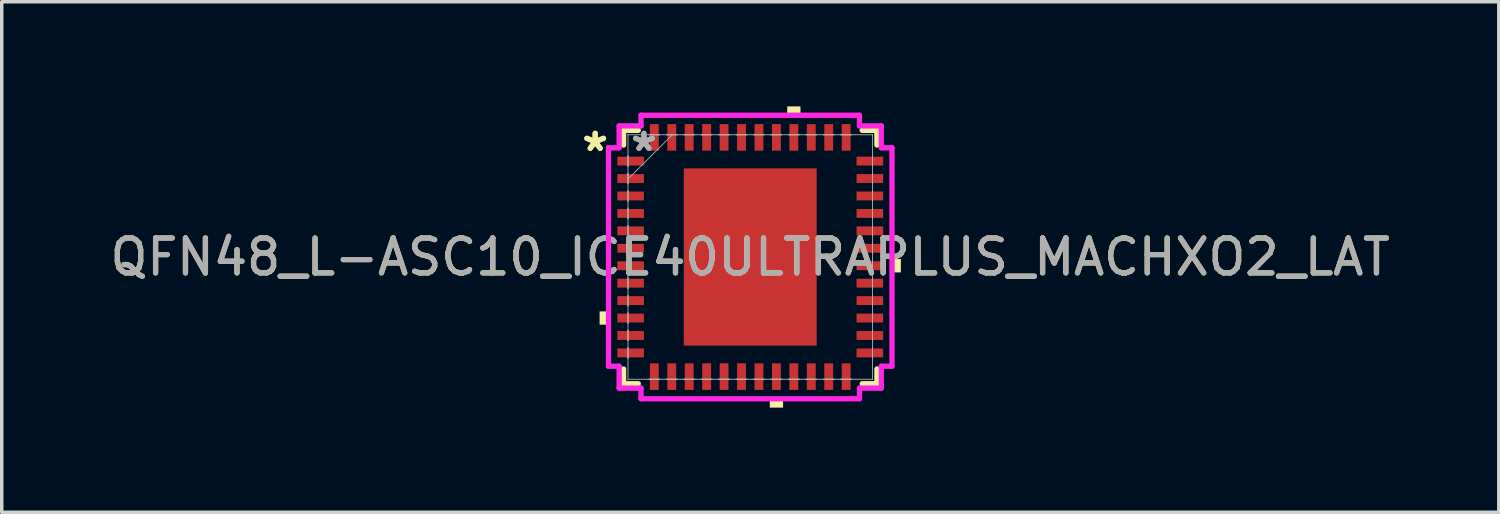
<source format=kicad_pcb>
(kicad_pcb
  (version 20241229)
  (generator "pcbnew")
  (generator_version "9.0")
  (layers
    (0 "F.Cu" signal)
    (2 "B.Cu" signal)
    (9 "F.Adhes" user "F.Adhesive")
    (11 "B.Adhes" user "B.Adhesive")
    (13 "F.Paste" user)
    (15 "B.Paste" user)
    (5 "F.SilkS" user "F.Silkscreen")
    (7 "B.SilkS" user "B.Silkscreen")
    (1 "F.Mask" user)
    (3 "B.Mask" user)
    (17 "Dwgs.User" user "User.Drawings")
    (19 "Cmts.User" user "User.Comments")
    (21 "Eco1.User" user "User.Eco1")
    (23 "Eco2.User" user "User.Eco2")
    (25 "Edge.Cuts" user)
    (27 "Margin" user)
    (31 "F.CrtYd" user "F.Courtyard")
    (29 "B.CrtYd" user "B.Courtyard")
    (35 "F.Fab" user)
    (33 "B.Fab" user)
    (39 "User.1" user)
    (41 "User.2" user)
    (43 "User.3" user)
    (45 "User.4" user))
  (footprint "QFN48_L-ASC10_ICE40ULTRAPLUS_MACHXO2_LAT"
    (layer "F.Cu")
    (at 18.458 4.318)
    (property "Reference" "QFN48_L-ASC10_ICE40ULTRAPLUS_MACHXO2_LAT" (at 0 0 0) (unlocked yes) (layer "F.SilkS") (effects (font (size 1 1) (thickness 0.15))))
    (attr smd)
    (fp_line (start -3.632 -3.632) (end -3.632 -3.21) (stroke (width 0.152) (type solid)) (layer "F.SilkS"))
    (fp_line (start -3.632 3.21) (end -3.632 3.632) (stroke (width 0.152) (type solid)) (layer "F.SilkS"))
    (fp_line (start -3.632 3.632) (end -3.21 3.632) (stroke (width 0.152) (type solid)) (layer "F.SilkS"))
    (fp_line (start -3.21 -3.632) (end -3.632 -3.632) (stroke (width 0.152) (type solid)) (layer "F.SilkS"))
    (fp_line (start 3.21 3.632) (end 3.632 3.632) (stroke (width 0.152) (type solid)) (layer "F.SilkS"))
    (fp_line (start 3.632 -3.632) (end 3.21 -3.632) (stroke (width 0.152) (type solid)) (layer "F.SilkS"))
    (fp_line (start 3.632 -3.21) (end 3.632 -3.632) (stroke (width 0.152) (type solid)) (layer "F.SilkS"))
    (fp_line (start 3.632 3.632) (end 3.632 3.21) (stroke (width 0.152) (type solid)) (layer "F.SilkS"))
    (fp_poly (pts (xy -4.318 1.559) (xy -4.318 1.94) (xy -4.064 1.94) (xy -4.064 1.559)) (stroke (width 0) (type solid)) (fill yes) (layer "F.SilkS"))
    (fp_poly (pts (xy 0.56 4.064) (xy 0.56 4.318) (xy 0.941 4.318) (xy 0.941 4.064)) (stroke (width 0) (type solid)) (fill yes) (layer "F.SilkS"))
    (fp_poly (pts (xy 1.06 -4.064) (xy 1.06 -4.318) (xy 1.44 -4.318) (xy 1.44 -4.064)) (stroke (width 0) (type solid)) (fill yes) (layer "F.SilkS"))
    (fp_poly (pts (xy 4.318 0.059) (xy 4.318 0.441) (xy 4.064 0.441) (xy 4.064 0.059)) (stroke (width 0) (type solid)) (fill yes) (layer "F.SilkS"))
    (fp_poly (pts (xy -1.805 -2.44) (xy -1.805 -1.37) (xy -0.735 -1.37) (xy -0.735 -2.44)) (stroke (width 0) (type solid)) (fill yes) (layer "F.Paste"))
    (fp_poly (pts (xy -1.805 -1.17) (xy -1.805 -0.1) (xy -0.735 -0.1) (xy -0.735 -1.17)) (stroke (width 0) (type solid)) (fill yes) (layer "F.Paste"))
    (fp_poly (pts (xy -1.805 0.1) (xy -1.805 1.17) (xy -0.735 1.17) (xy -0.735 0.1)) (stroke (width 0) (type solid)) (fill yes) (layer "F.Paste"))
    (fp_poly (pts (xy -1.805 1.37) (xy -1.805 2.44) (xy -0.735 2.44) (xy -0.735 1.37)) (stroke (width 0) (type solid)) (fill yes) (layer "F.Paste"))
    (fp_poly (pts (xy -0.535 -2.44) (xy -0.535 -1.37) (xy 0.535 -1.37) (xy 0.535 -2.44)) (stroke (width 0) (type solid)) (fill yes) (layer "F.Paste"))
    (fp_poly (pts (xy -0.535 -1.17) (xy -0.535 -0.1) (xy 0.535 -0.1) (xy 0.535 -1.17)) (stroke (width 0) (type solid)) (fill yes) (layer "F.Paste"))
    (fp_poly (pts (xy -0.535 0.1) (xy -0.535 1.17) (xy 0.535 1.17) (xy 0.535 0.1)) (stroke (width 0) (type solid)) (fill yes) (layer "F.Paste"))
    (fp_poly (pts (xy -0.535 1.37) (xy -0.535 2.44) (xy 0.535 2.44) (xy 0.535 1.37)) (stroke (width 0) (type solid)) (fill yes) (layer "F.Paste"))
    (fp_poly (pts (xy 0.735 -2.44) (xy 0.735 -1.37) (xy 1.805 -1.37) (xy 1.805 -2.44)) (stroke (width 0) (type solid)) (fill yes) (layer "F.Paste"))
    (fp_poly (pts (xy 0.735 -1.17) (xy 0.735 -0.1) (xy 1.805 -0.1) (xy 1.805 -1.17)) (stroke (width 0) (type solid)) (fill yes) (layer "F.Paste"))
    (fp_poly (pts (xy 0.735 0.1) (xy 0.735 1.17) (xy 1.805 1.17) (xy 1.805 0.1)) (stroke (width 0) (type solid)) (fill yes) (layer "F.Paste"))
    (fp_poly (pts (xy 0.735 1.37) (xy 0.735 2.44) (xy 1.805 2.44) (xy 1.805 1.37)) (stroke (width 0) (type solid)) (fill yes) (layer "F.Paste"))
    (fp_line (start -4.064 -3.131) (end -3.759 -3.131) (stroke (width 0.152) (type solid)) (layer "F.CrtYd"))
    (fp_line (start -4.064 3.131) (end -4.064 -3.131) (stroke (width 0.152) (type solid)) (layer "F.CrtYd"))
    (fp_line (start -3.759 -3.759) (end -3.131 -3.759) (stroke (width 0.152) (type solid)) (layer "F.CrtYd"))
    (fp_line (start -3.759 -3.131) (end -3.759 -3.759) (stroke (width 0.152) (type solid)) (layer "F.CrtYd"))
    (fp_line (start -3.759 3.131) (end -4.064 3.131) (stroke (width 0.152) (type solid)) (layer "F.CrtYd"))
    (fp_line (start -3.759 3.759) (end -3.759 3.131) (stroke (width 0.152) (type solid)) (layer "F.CrtYd"))
    (fp_line (start -3.131 -4.064) (end 3.131 -4.064) (stroke (width 0.152) (type solid)) (layer "F.CrtYd"))
    (fp_line (start -3.131 -3.759) (end -3.131 -4.064) (stroke (width 0.152) (type solid)) (layer "F.CrtYd"))
    (fp_line (start -3.131 3.759) (end -3.759 3.759) (stroke (width 0.152) (type solid)) (layer "F.CrtYd"))
    (fp_line (start -3.131 4.064) (end -3.131 3.759) (stroke (width 0.152) (type solid)) (layer "F.CrtYd"))
    (fp_line (start 3.131 -4.064) (end 3.131 -3.759) (stroke (width 0.152) (type solid)) (layer "F.CrtYd"))
    (fp_line (start 3.131 -3.759) (end 3.759 -3.759) (stroke (width 0.152) (type solid)) (layer "F.CrtYd"))
    (fp_line (start 3.131 3.759) (end 3.131 4.064) (stroke (width 0.152) (type solid)) (layer "F.CrtYd"))
    (fp_line (start 3.131 4.064) (end -3.131 4.064) (stroke (width 0.152) (type solid)) (layer "F.CrtYd"))
    (fp_line (start 3.759 -3.759) (end 3.759 -3.131) (stroke (width 0.152) (type solid)) (layer "F.CrtYd"))
    (fp_line (start 3.759 -3.131) (end 4.064 -3.131) (stroke (width 0.152) (type solid)) (layer "F.CrtYd"))
    (fp_line (start 3.759 3.131) (end 3.759 3.759) (stroke (width 0.152) (type solid)) (layer "F.CrtYd"))
    (fp_line (start 3.759 3.759) (end 3.131 3.759) (stroke (width 0.152) (type solid)) (layer "F.CrtYd"))
    (fp_line (start 4.064 -3.131) (end 4.064 3.131) (stroke (width 0.152) (type solid)) (layer "F.CrtYd"))
    (fp_line (start 4.064 3.131) (end 3.759 3.131) (stroke (width 0.152) (type solid)) (layer "F.CrtYd"))
    (fp_line (start -3.505 -3.505) (end -3.505 -3.505) (stroke (width 0.025) (type solid)) (layer "F.Fab"))
    (fp_line (start -3.505 -3.505) (end -3.505 3.505) (stroke (width 0.025) (type solid)) (layer "F.Fab"))
    (fp_line (start -3.505 -2.902) (end -3.505 -2.902) (stroke (width 0.025) (type solid)) (layer "F.Fab"))
    (fp_line (start -3.505 -2.902) (end -3.505 -2.598) (stroke (width 0.025) (type solid)) (layer "F.Fab"))
    (fp_line (start -3.505 -2.598) (end -3.505 -2.902) (stroke (width 0.025) (type solid)) (layer "F.Fab"))
    (fp_line (start -3.505 -2.598) (end -3.505 -2.598) (stroke (width 0.025) (type solid)) (layer "F.Fab"))
    (fp_line (start -3.505 -2.402) (end -3.505 -2.402) (stroke (width 0.025) (type solid)) (layer "F.Fab"))
    (fp_line (start -3.505 -2.402) (end -3.505 -2.098) (stroke (width 0.025) (type solid)) (layer "F.Fab"))
    (fp_line (start -3.505 -2.235) (end -2.235 -3.505) (stroke (width 0.025) (type solid)) (layer "F.Fab"))
    (fp_line (start -3.505 -2.098) (end -3.505 -2.402) (stroke (width 0.025) (type solid)) (layer "F.Fab"))
    (fp_line (start -3.505 -2.098) (end -3.505 -2.098) (stroke (width 0.025) (type solid)) (layer "F.Fab"))
    (fp_line (start -3.505 -1.902) (end -3.505 -1.902) (stroke (width 0.025) (type solid)) (layer "F.Fab"))
    (fp_line (start -3.505 -1.902) (end -3.505 -1.598) (stroke (width 0.025) (type solid)) (layer "F.Fab"))
    (fp_line (start -3.505 -1.598) (end -3.505 -1.902) (stroke (width 0.025) (type solid)) (layer "F.Fab"))
    (fp_line (start -3.505 -1.598) (end -3.505 -1.598) (stroke (width 0.025) (type solid)) (layer "F.Fab"))
    (fp_line (start -3.505 -1.402) (end -3.505 -1.402) (stroke (width 0.025) (type solid)) (layer "F.Fab"))
    (fp_line (start -3.505 -1.402) (end -3.505 -1.098) (stroke (width 0.025) (type solid)) (layer "F.Fab"))
    (fp_line (start -3.505 -1.098) (end -3.505 -1.402) (stroke (width 0.025) (type solid)) (layer "F.Fab"))
    (fp_line (start -3.505 -1.098) (end -3.505 -1.098) (stroke (width 0.025) (type solid)) (layer "F.Fab"))
    (fp_line (start -3.505 -0.902) (end -3.505 -0.902) (stroke (width 0.025) (type solid)) (layer "F.Fab"))
    (fp_line (start -3.505 -0.902) (end -3.505 -0.598) (stroke (width 0.025) (type solid)) (layer "F.Fab"))
    (fp_line (start -3.505 -0.598) (end -3.505 -0.902) (stroke (width 0.025) (type solid)) (layer "F.Fab"))
    (fp_line (start -3.505 -0.598) (end -3.505 -0.598) (stroke (width 0.025) (type solid)) (layer "F.Fab"))
    (fp_line (start -3.505 -0.402) (end -3.505 -0.402) (stroke (width 0.025) (type solid)) (layer "F.Fab"))
    (fp_line (start -3.505 -0.402) (end -3.505 -0.098) (stroke (width 0.025) (type solid)) (layer "F.Fab"))
    (fp_line (start -3.505 -0.098) (end -3.505 -0.402) (stroke (width 0.025) (type solid)) (layer "F.Fab"))
    (fp_line (start -3.505 -0.098) (end -3.505 -0.098) (stroke (width 0.025) (type solid)) (layer "F.Fab"))
    (fp_line (start -3.505 0.098) (end -3.505 0.098) (stroke (width 0.025) (type solid)) (layer "F.Fab"))
    (fp_line (start -3.505 0.098) (end -3.505 0.402) (stroke (width 0.025) (type solid)) (layer "F.Fab"))
    (fp_line (start -3.505 0.402) (end -3.505 0.098) (stroke (width 0.025) (type solid)) (layer "F.Fab"))
    (fp_line (start -3.505 0.402) (end -3.505 0.402) (stroke (width 0.025) (type solid)) (layer "F.Fab"))
    (fp_line (start -3.505 0.598) (end -3.505 0.598) (stroke (width 0.025) (type solid)) (layer "F.Fab"))
    (fp_line (start -3.505 0.598) (end -3.505 0.902) (stroke (width 0.025) (type solid)) (layer "F.Fab"))
    (fp_line (start -3.505 0.902) (end -3.505 0.598) (stroke (width 0.025) (type solid)) (layer "F.Fab"))
    (fp_line (start -3.505 0.902) (end -3.505 0.902) (stroke (width 0.025) (type solid)) (layer "F.Fab"))
    (fp_line (start -3.505 1.098) (end -3.505 1.098) (stroke (width 0.025) (type solid)) (layer "F.Fab"))
    (fp_line (start -3.505 1.098) (end -3.505 1.402) (stroke (width 0.025) (type solid)) (layer "F.Fab"))
    (fp_line (start -3.505 1.402) (end -3.505 1.098) (stroke (width 0.025) (type solid)) (layer "F.Fab"))
    (fp_line (start -3.505 1.402) (end -3.505 1.402) (stroke (width 0.025) (type solid)) (layer "F.Fab"))
    (fp_line (start -3.505 1.598) (end -3.505 1.598) (stroke (width 0.025) (type solid)) (layer "F.Fab"))
    (fp_line (start -3.505 1.598) (end -3.505 1.902) (stroke (width 0.025) (type solid)) (layer "F.Fab"))
    (fp_line (start -3.505 1.902) (end -3.505 1.598) (stroke (width 0.025) (type solid)) (layer "F.Fab"))
    (fp_line (start -3.505 1.902) (end -3.505 1.902) (stroke (width 0.025) (type solid)) (layer "F.Fab"))
    (fp_line (start -3.505 2.098) (end -3.505 2.098) (stroke (width 0.025) (type solid)) (layer "F.Fab"))
    (fp_line (start -3.505 2.098) (end -3.505 2.402) (stroke (width 0.025) (type solid)) (layer "F.Fab"))
    (fp_line (start -3.505 2.402) (end -3.505 2.098) (stroke (width 0.025) (type solid)) (layer "F.Fab"))
    (fp_line (start -3.505 2.402) (end -3.505 2.402) (stroke (width 0.025) (type solid)) (layer "F.Fab"))
    (fp_line (start -3.505 2.598) (end -3.505 2.598) (stroke (width 0.025) (type solid)) (layer "F.Fab"))
    (fp_line (start -3.505 2.598) (end -3.505 2.902) (stroke (width 0.025) (type solid)) (layer "F.Fab"))
    (fp_line (start -3.505 2.902) (end -3.505 2.598) (stroke (width 0.025) (type solid)) (layer "F.Fab"))
    (fp_line (start -3.505 2.902) (end -3.505 2.902) (stroke (width 0.025) (type solid)) (layer "F.Fab"))
    (fp_line (start -3.505 3.505) (end -3.505 3.505) (stroke (width 0.025) (type solid)) (layer "F.Fab"))
    (fp_line (start -3.505 3.505) (end 3.505 3.505) (stroke (width 0.025) (type solid)) (layer "F.Fab"))
    (fp_line (start -2.902 -3.505) (end -2.902 -3.505) (stroke (width 0.025) (type solid)) (layer "F.Fab"))
    (fp_line (start -2.902 -3.505) (end -2.598 -3.505) (stroke (width 0.025) (type solid)) (layer "F.Fab"))
    (fp_line (start -2.902 3.505) (end -2.902 3.505) (stroke (width 0.025) (type solid)) (layer "F.Fab"))
    (fp_line (start -2.902 3.505) (end -2.598 3.505) (stroke (width 0.025) (type solid)) (layer "F.Fab"))
    (fp_line (start -2.598 -3.505) (end -2.902 -3.505) (stroke (width 0.025) (type solid)) (layer "F.Fab"))
    (fp_line (start -2.598 -3.505) (end -2.598 -3.505) (stroke (width 0.025) (type solid)) (layer "F.Fab"))
    (fp_line (start -2.598 3.505) (end -2.902 3.505) (stroke (width 0.025) (type solid)) (layer "F.Fab"))
    (fp_line (start -2.598 3.505) (end -2.598 3.505) (stroke (width 0.025) (type solid)) (layer "F.Fab"))
    (fp_line (start -2.402 -3.505) (end -2.402 -3.505) (stroke (width 0.025) (type solid)) (layer "F.Fab"))
    (fp_line (start -2.402 -3.505) (end -2.098 -3.505) (stroke (width 0.025) (type solid)) (layer "F.Fab"))
    (fp_line (start -2.402 3.505) (end -2.402 3.505) (stroke (width 0.025) (type solid)) (layer "F.Fab"))
    (fp_line (start -2.402 3.505) (end -2.098 3.505) (stroke (width 0.025) (type solid)) (layer "F.Fab"))
    (fp_line (start -2.098 -3.505) (end -2.402 -3.505) (stroke (width 0.025) (type solid)) (layer "F.Fab"))
    (fp_line (start -2.098 -3.505) (end -2.098 -3.505) (stroke (width 0.025) (type solid)) (layer "F.Fab"))
    (fp_line (start -2.098 3.505) (end -2.402 3.505) (stroke (width 0.025) (type solid)) (layer "F.Fab"))
    (fp_line (start -2.098 3.505) (end -2.098 3.505) (stroke (width 0.025) (type solid)) (layer "F.Fab"))
    (fp_line (start -1.902 -3.505) (end -1.902 -3.505) (stroke (width 0.025) (type solid)) (layer "F.Fab"))
    (fp_line (start -1.902 -3.505) (end -1.598 -3.505) (stroke (width 0.025) (type solid)) (layer "F.Fab"))
    (fp_line (start -1.902 3.505) (end -1.902 3.505) (stroke (width 0.025) (type solid)) (layer "F.Fab"))
    (fp_line (start -1.902 3.505) (end -1.598 3.505) (stroke (width 0.025) (type solid)) (layer "F.Fab"))
    (fp_line (start -1.598 -3.505) (end -1.902 -3.505) (stroke (width 0.025) (type solid)) (layer "F.Fab"))
    (fp_line (start -1.598 -3.505) (end -1.598 -3.505) (stroke (width 0.025) (type solid)) (layer "F.Fab"))
    (fp_line (start -1.598 3.505) (end -1.902 3.505) (stroke (width 0.025) (type solid)) (layer "F.Fab"))
    (fp_line (start -1.598 3.505) (end -1.598 3.505) (stroke (width 0.025) (type solid)) (layer "F.Fab"))
    (fp_line (start -1.402 -3.505) (end -1.402 -3.505) (stroke (width 0.025) (type solid)) (layer "F.Fab"))
    (fp_line (start -1.402 -3.505) (end -1.098 -3.505) (stroke (width 0.025) (type solid)) (layer "F.Fab"))
    (fp_line (start -1.402 3.505) (end -1.402 3.505) (stroke (width 0.025) (type solid)) (layer "F.Fab"))
    (fp_line (start -1.402 3.505) (end -1.098 3.505) (stroke (width 0.025) (type solid)) (layer "F.Fab"))
    (fp_line (start -1.098 -3.505) (end -1.402 -3.505) (stroke (width 0.025) (type solid)) (layer "F.Fab"))
    (fp_line (start -1.098 -3.505) (end -1.098 -3.505) (stroke (width 0.025) (type solid)) (layer "F.Fab"))
    (fp_line (start -1.098 3.505) (end -1.402 3.505) (stroke (width 0.025) (type solid)) (layer "F.Fab"))
    (fp_line (start -1.098 3.505) (end -1.098 3.505) (stroke (width 0.025) (type solid)) (layer "F.Fab"))
    (fp_line (start -0.902 -3.505) (end -0.902 -3.505) (stroke (width 0.025) (type solid)) (layer "F.Fab"))
    (fp_line (start -0.902 -3.505) (end -0.598 -3.505) (stroke (width 0.025) (type solid)) (layer "F.Fab"))
    (fp_line (start -0.902 3.505) (end -0.902 3.505) (stroke (width 0.025) (type solid)) (layer "F.Fab"))
    (fp_line (start -0.902 3.505) (end -0.598 3.505) (stroke (width 0.025) (type solid)) (layer "F.Fab"))
    (fp_line (start -0.598 -3.505) (end -0.902 -3.505) (stroke (width 0.025) (type solid)) (layer "F.Fab"))
    (fp_line (start -0.598 -3.505) (end -0.598 -3.505) (stroke (width 0.025) (type solid)) (layer "F.Fab"))
    (fp_line (start -0.598 3.505) (end -0.902 3.505) (stroke (width 0.025) (type solid)) (layer "F.Fab"))
    (fp_line (start -0.598 3.505) (end -0.598 3.505) (stroke (width 0.025) (type solid)) (layer "F.Fab"))
    (fp_line (start -0.402 -3.505) (end -0.402 -3.505) (stroke (width 0.025) (type solid)) (layer "F.Fab"))
    (fp_line (start -0.402 -3.505) (end -0.098 -3.505) (stroke (width 0.025) (type solid)) (layer "F.Fab"))
    (fp_line (start -0.402 3.505) (end -0.402 3.505) (stroke (width 0.025) (type solid)) (layer "F.Fab"))
    (fp_line (start -0.402 3.505) (end -0.098 3.505) (stroke (width 0.025) (type solid)) (layer "F.Fab"))
    (fp_line (start -0.098 -3.505) (end -0.402 -3.505) (stroke (width 0.025) (type solid)) (layer "F.Fab"))
    (fp_line (start -0.098 -3.505) (end -0.098 -3.505) (stroke (width 0.025) (type solid)) (layer "F.Fab"))
    (fp_line (start -0.098 3.505) (end -0.402 3.505) (stroke (width 0.025) (type solid)) (layer "F.Fab"))
    (fp_line (start -0.098 3.505) (end -0.098 3.505) (stroke (width 0.025) (type solid)) (layer "F.Fab"))
    (fp_line (start 0.098 -3.505) (end 0.098 -3.505) (stroke (width 0.025) (type solid)) (layer "F.Fab"))
    (fp_line (start 0.098 -3.505) (end 0.402 -3.505) (stroke (width 0.025) (type solid)) (layer "F.Fab"))
    (fp_line (start 0.098 3.505) (end 0.098 3.505) (stroke (width 0.025) (type solid)) (layer "F.Fab"))
    (fp_line (start 0.098 3.505) (end 0.402 3.505) (stroke (width 0.025) (type solid)) (layer "F.Fab"))
    (fp_line (start 0.402 -3.505) (end 0.098 -3.505) (stroke (width 0.025) (type solid)) (layer "F.Fab"))
    (fp_line (start 0.402 -3.505) (end 0.402 -3.505) (stroke (width 0.025) (type solid)) (layer "F.Fab"))
    (fp_line (start 0.402 3.505) (end 0.098 3.505) (stroke (width 0.025) (type solid)) (layer "F.Fab"))
    (fp_line (start 0.402 3.505) (end 0.402 3.505) (stroke (width 0.025) (type solid)) (layer "F.Fab"))
    (fp_line (start 0.598 -3.505) (end 0.598 -3.505) (stroke (width 0.025) (type solid)) (layer "F.Fab"))
    (fp_line (start 0.598 -3.505) (end 0.902 -3.505) (stroke (width 0.025) (type solid)) (layer "F.Fab"))
    (fp_line (start 0.598 3.505) (end 0.598 3.505) (stroke (width 0.025) (type solid)) (layer "F.Fab"))
    (fp_line (start 0.598 3.505) (end 0.902 3.505) (stroke (width 0.025) (type solid)) (layer "F.Fab"))
    (fp_line (start 0.902 -3.505) (end 0.598 -3.505) (stroke (width 0.025) (type solid)) (layer "F.Fab"))
    (fp_line (start 0.902 -3.505) (end 0.902 -3.505) (stroke (width 0.025) (type solid)) (layer "F.Fab"))
    (fp_line (start 0.902 3.505) (end 0.598 3.505) (stroke (width 0.025) (type solid)) (layer "F.Fab"))
    (fp_line (start 0.902 3.505) (end 0.902 3.505) (stroke (width 0.025) (type solid)) (layer "F.Fab"))
    (fp_line (start 1.098 -3.505) (end 1.098 -3.505) (stroke (width 0.025) (type solid)) (layer "F.Fab"))
    (fp_line (start 1.098 -3.505) (end 1.402 -3.505) (stroke (width 0.025) (type solid)) (layer "F.Fab"))
    (fp_line (start 1.098 3.505) (end 1.098 3.505) (stroke (width 0.025) (type solid)) (layer "F.Fab"))
    (fp_line (start 1.098 3.505) (end 1.402 3.505) (stroke (width 0.025) (type solid)) (layer "F.Fab"))
    (fp_line (start 1.402 -3.505) (end 1.098 -3.505) (stroke (width 0.025) (type solid)) (layer "F.Fab"))
    (fp_line (start 1.402 -3.505) (end 1.402 -3.505) (stroke (width 0.025) (type solid)) (layer "F.Fab"))
    (fp_line (start 1.402 3.505) (end 1.098 3.505) (stroke (width 0.025) (type solid)) (layer "F.Fab"))
    (fp_line (start 1.402 3.505) (end 1.402 3.505) (stroke (width 0.025) (type solid)) (layer "F.Fab"))
    (fp_line (start 1.598 -3.505) (end 1.598 -3.505) (stroke (width 0.025) (type solid)) (layer "F.Fab"))
    (fp_line (start 1.598 -3.505) (end 1.902 -3.505) (stroke (width 0.025) (type solid)) (layer "F.Fab"))
    (fp_line (start 1.598 3.505) (end 1.598 3.505) (stroke (width 0.025) (type solid)) (layer "F.Fab"))
    (fp_line (start 1.598 3.505) (end 1.902 3.505) (stroke (width 0.025) (type solid)) (layer "F.Fab"))
    (fp_line (start 1.902 -3.505) (end 1.598 -3.505) (stroke (width 0.025) (type solid)) (layer "F.Fab"))
    (fp_line (start 1.902 -3.505) (end 1.902 -3.505) (stroke (width 0.025) (type solid)) (layer "F.Fab"))
    (fp_line (start 1.902 3.505) (end 1.598 3.505) (stroke (width 0.025) (type solid)) (layer "F.Fab"))
    (fp_line (start 1.902 3.505) (end 1.902 3.505) (stroke (width 0.025) (type solid)) (layer "F.Fab"))
    (fp_line (start 2.098 -3.505) (end 2.098 -3.505) (stroke (width 0.025) (type solid)) (layer "F.Fab"))
    (fp_line (start 2.098 -3.505) (end 2.402 -3.505) (stroke (width 0.025) (type solid)) (layer "F.Fab"))
    (fp_line (start 2.098 3.505) (end 2.098 3.505) (stroke (width 0.025) (type solid)) (layer "F.Fab"))
    (fp_line (start 2.098 3.505) (end 2.402 3.505) (stroke (width 0.025) (type solid)) (layer "F.Fab"))
    (fp_line (start 2.402 -3.505) (end 2.098 -3.505) (stroke (width 0.025) (type solid)) (layer "F.Fab"))
    (fp_line (start 2.402 -3.505) (end 2.402 -3.505) (stroke (width 0.025) (type solid)) (layer "F.Fab"))
    (fp_line (start 2.402 3.505) (end 2.098 3.505) (stroke (width 0.025) (type solid)) (layer "F.Fab"))
    (fp_line (start 2.402 3.505) (end 2.402 3.505) (stroke (width 0.025) (type solid)) (layer "F.Fab"))
    (fp_line (start 2.598 -3.505) (end 2.598 -3.505) (stroke (width 0.025) (type solid)) (layer "F.Fab"))
    (fp_line (start 2.598 -3.505) (end 2.902 -3.505) (stroke (width 0.025) (type solid)) (layer "F.Fab"))
    (fp_line (start 2.598 3.505) (end 2.598 3.505) (stroke (width 0.025) (type solid)) (layer "F.Fab"))
    (fp_line (start 2.598 3.505) (end 2.902 3.505) (stroke (width 0.025) (type solid)) (layer "F.Fab"))
    (fp_line (start 2.902 -3.505) (end 2.598 -3.505) (stroke (width 0.025) (type solid)) (layer "F.Fab"))
    (fp_line (start 2.902 -3.505) (end 2.902 -3.505) (stroke (width 0.025) (type solid)) (layer "F.Fab"))
    (fp_line (start 2.902 3.505) (end 2.598 3.505) (stroke (width 0.025) (type solid)) (layer "F.Fab"))
    (fp_line (start 2.902 3.505) (end 2.902 3.505) (stroke (width 0.025) (type solid)) (layer "F.Fab"))
    (fp_line (start 3.505 -3.505) (end -3.505 -3.505) (stroke (width 0.025) (type solid)) (layer "F.Fab"))
    (fp_line (start 3.505 -3.505) (end 3.505 -3.505) (stroke (width 0.025) (type solid)) (layer "F.Fab"))
    (fp_line (start 3.505 -2.902) (end 3.505 -2.902) (stroke (width 0.025) (type solid)) (layer "F.Fab"))
    (fp_line (start 3.505 -2.902) (end 3.505 -2.598) (stroke (width 0.025) (type solid)) (layer "F.Fab"))
    (fp_line (start 3.505 -2.598) (end 3.505 -2.902) (stroke (width 0.025) (type solid)) (layer "F.Fab"))
    (fp_line (start 3.505 -2.598) (end 3.505 -2.598) (stroke (width 0.025) (type solid)) (layer "F.Fab"))
    (fp_line (start 3.505 -2.402) (end 3.505 -2.402) (stroke (width 0.025) (type solid)) (layer "F.Fab"))
    (fp_line (start 3.505 -2.402) (end 3.505 -2.098) (stroke (width 0.025) (type solid)) (layer "F.Fab"))
    (fp_line (start 3.505 -2.098) (end 3.505 -2.402) (stroke (width 0.025) (type solid)) (layer "F.Fab"))
    (fp_line (start 3.505 -2.098) (end 3.505 -2.098) (stroke (width 0.025) (type solid)) (layer "F.Fab"))
    (fp_line (start 3.505 -1.902) (end 3.505 -1.902) (stroke (width 0.025) (type solid)) (layer "F.Fab"))
    (fp_line (start 3.505 -1.902) (end 3.505 -1.598) (stroke (width 0.025) (type solid)) (layer "F.Fab"))
    (fp_line (start 3.505 -1.598) (end 3.505 -1.902) (stroke (width 0.025) (type solid)) (layer "F.Fab"))
    (fp_line (start 3.505 -1.598) (end 3.505 -1.598) (stroke (width 0.025) (type solid)) (layer "F.Fab"))
    (fp_line (start 3.505 -1.402) (end 3.505 -1.402) (stroke (width 0.025) (type solid)) (layer "F.Fab"))
    (fp_line (start 3.505 -1.402) (end 3.505 -1.098) (stroke (width 0.025) (type solid)) (layer "F.Fab"))
    (fp_line (start 3.505 -1.098) (end 3.505 -1.402) (stroke (width 0.025) (type solid)) (layer "F.Fab"))
    (fp_line (start 3.505 -1.098) (end 3.505 -1.098) (stroke (width 0.025) (type solid)) (layer "F.Fab"))
    (fp_line (start 3.505 -0.902) (end 3.505 -0.902) (stroke (width 0.025) (type solid)) (layer "F.Fab"))
    (fp_line (start 3.505 -0.902) (end 3.505 -0.598) (stroke (width 0.025) (type solid)) (layer "F.Fab"))
    (fp_line (start 3.505 -0.598) (end 3.505 -0.902) (stroke (width 0.025) (type solid)) (layer "F.Fab"))
    (fp_line (start 3.505 -0.598) (end 3.505 -0.598) (stroke (width 0.025) (type solid)) (layer "F.Fab"))
    (fp_line (start 3.505 -0.402) (end 3.505 -0.402) (stroke (width 0.025) (type solid)) (layer "F.Fab"))
    (fp_line (start 3.505 -0.402) (end 3.505 -0.098) (stroke (width 0.025) (type solid)) (layer "F.Fab"))
    (fp_line (start 3.505 -0.098) (end 3.505 -0.402) (stroke (width 0.025) (type solid)) (layer "F.Fab"))
    (fp_line (start 3.505 -0.098) (end 3.505 -0.098) (stroke (width 0.025) (type solid)) (layer "F.Fab"))
    (fp_line (start 3.505 0.098) (end 3.505 0.098) (stroke (width 0.025) (type solid)) (layer "F.Fab"))
    (fp_line (start 3.505 0.098) (end 3.505 0.402) (stroke (width 0.025) (type solid)) (layer "F.Fab"))
    (fp_line (start 3.505 0.402) (end 3.505 0.098) (stroke (width 0.025) (type solid)) (layer "F.Fab"))
    (fp_line (start 3.505 0.402) (end 3.505 0.402) (stroke (width 0.025) (type solid)) (layer "F.Fab"))
    (fp_line (start 3.505 0.598) (end 3.505 0.598) (stroke (width 0.025) (type solid)) (layer "F.Fab"))
    (fp_line (start 3.505 0.598) (end 3.505 0.902) (stroke (width 0.025) (type solid)) (layer "F.Fab"))
    (fp_line (start 3.505 0.902) (end 3.505 0.598) (stroke (width 0.025) (type solid)) (layer "F.Fab"))
    (fp_line (start 3.505 0.902) (end 3.505 0.902) (stroke (width 0.025) (type solid)) (layer "F.Fab"))
    (fp_line (start 3.505 1.098) (end 3.505 1.098) (stroke (width 0.025) (type solid)) (layer "F.Fab"))
    (fp_line (start 3.505 1.098) (end 3.505 1.402) (stroke (width 0.025) (type solid)) (layer "F.Fab"))
    (fp_line (start 3.505 1.402) (end 3.505 1.098) (stroke (width 0.025) (type solid)) (layer "F.Fab"))
    (fp_line (start 3.505 1.402) (end 3.505 1.402) (stroke (width 0.025) (type solid)) (layer "F.Fab"))
    (fp_line (start 3.505 1.598) (end 3.505 1.598) (stroke (width 0.025) (type solid)) (layer "F.Fab"))
    (fp_line (start 3.505 1.598) (end 3.505 1.902) (stroke (width 0.025) (type solid)) (layer "F.Fab"))
    (fp_line (start 3.505 1.902) (end 3.505 1.598) (stroke (width 0.025) (type solid)) (layer "F.Fab"))
    (fp_line (start 3.505 1.902) (end 3.505 1.902) (stroke (width 0.025) (type solid)) (layer "F.Fab"))
    (fp_line (start 3.505 2.098) (end 3.505 2.098) (stroke (width 0.025) (type solid)) (layer "F.Fab"))
    (fp_line (start 3.505 2.098) (end 3.505 2.402) (stroke (width 0.025) (type solid)) (layer "F.Fab"))
    (fp_line (start 3.505 2.402) (end 3.505 2.098) (stroke (width 0.025) (type solid)) (layer "F.Fab"))
    (fp_line (start 3.505 2.402) (end 3.505 2.402) (stroke (width 0.025) (type solid)) (layer "F.Fab"))
    (fp_line (start 3.505 2.598) (end 3.505 2.598) (stroke (width 0.025) (type solid)) (layer "F.Fab"))
    (fp_line (start 3.505 2.598) (end 3.505 2.902) (stroke (width 0.025) (type solid)) (layer "F.Fab"))
    (fp_line (start 3.505 2.902) (end 3.505 2.598) (stroke (width 0.025) (type solid)) (layer "F.Fab"))
    (fp_line (start 3.505 2.902) (end 3.505 2.902) (stroke (width 0.025) (type solid)) (layer "F.Fab"))
    (fp_line (start 3.505 3.505) (end 3.505 -3.505) (stroke (width 0.025) (type solid)) (layer "F.Fab"))
    (fp_line (start 3.505 3.505) (end 3.505 3.505) (stroke (width 0.025) (type solid)) (layer "F.Fab"))
    (fp_text user "*" (at -4.445 -3 0) (layer "F.SilkS") (effects (font (size 1 1) (thickness 0.15))))
    (fp_text user "*" (at -4.445 -3 0) (unlocked yes) (layer "F.SilkS") (effects (font (size 1 1) (thickness 0.15))))
    (fp_text user "${REFERENCE}" (at 0 0 0) (unlocked yes) (layer "F.Fab") (effects (font (size 1 1) (thickness 0.15))))
    (fp_text user "*" (at -3.048 -3 0) (layer "F.Fab") (effects (font (size 1 1) (thickness 0.15))))
    (fp_text user "*" (at -3.048 -3 0) (unlocked yes) (layer "F.Fab") (effects (font (size 1 1) (thickness 0.15))))
    (pad "1" smd rect (at -3.429 -2.75 90) (size 0.254 0.762) (layers "F.Cu" "F.Mask" "F.Paste"))
    (pad "2" smd rect (at -3.429 -2.25 90) (size 0.254 0.762) (layers "F.Cu" "F.Mask" "F.Paste"))
    (pad "3" smd rect (at -3.429 -1.75 90) (size 0.254 0.762) (layers "F.Cu" "F.Mask" "F.Paste"))
    (pad "4" smd rect (at -3.429 -1.25 90) (size 0.254 0.762) (layers "F.Cu" "F.Mask" "F.Paste"))
    (pad "5" smd rect (at -3.429 -0.75 90) (size 0.254 0.762) (layers "F.Cu" "F.Mask" "F.Paste"))
    (pad "6" smd rect (at -3.429 -0.25 90) (size 0.254 0.762) (layers "F.Cu" "F.Mask" "F.Paste"))
    (pad "7" smd rect (at -3.429 0.25 90) (size 0.254 0.762) (layers "F.Cu" "F.Mask" "F.Paste"))
    (pad "8" smd rect (at -3.429 0.75 90) (size 0.254 0.762) (layers "F.Cu" "F.Mask" "F.Paste"))
    (pad "9" smd rect (at -3.429 1.25 90) (size 0.254 0.762) (layers "F.Cu" "F.Mask" "F.Paste"))
    (pad "10" smd rect (at -3.429 1.75 90) (size 0.254 0.762) (layers "F.Cu" "F.Mask" "F.Paste"))
    (pad "11" smd rect (at -3.429 2.25 90) (size 0.254 0.762) (layers "F.Cu" "F.Mask" "F.Paste"))
    (pad "12" smd rect (at -3.429 2.75 90) (size 0.254 0.762) (layers "F.Cu" "F.Mask" "F.Paste"))
    (pad "13" smd rect (at -2.75 3.429) (size 0.254 0.762) (layers "F.Cu" "F.Mask" "F.Paste"))
    (pad "14" smd rect (at -2.25 3.429) (size 0.254 0.762) (layers "F.Cu" "F.Mask" "F.Paste"))
    (pad "15" smd rect (at -1.75 3.429) (size 0.254 0.762) (layers "F.Cu" "F.Mask" "F.Paste"))
    (pad "16" smd rect (at -1.25 3.429) (size 0.254 0.762) (layers "F.Cu" "F.Mask" "F.Paste"))
    (pad "17" smd rect (at -0.75 3.429) (size 0.254 0.762) (layers "F.Cu" "F.Mask" "F.Paste"))
    (pad "18" smd rect (at -0.25 3.429) (size 0.254 0.762) (layers "F.Cu" "F.Mask" "F.Paste"))
    (pad "19" smd rect (at 0.25 3.429) (size 0.254 0.762) (layers "F.Cu" "F.Mask" "F.Paste"))
    (pad "20" smd rect (at 0.75 3.429) (size 0.254 0.762) (layers "F.Cu" "F.Mask" "F.Paste"))
    (pad "21" smd rect (at 1.25 3.429) (size 0.254 0.762) (layers "F.Cu" "F.Mask" "F.Paste"))
    (pad "22" smd rect (at 1.75 3.429) (size 0.254 0.762) (layers "F.Cu" "F.Mask" "F.Paste"))
    (pad "23" smd rect (at 2.25 3.429) (size 0.254 0.762) (layers "F.Cu" "F.Mask" "F.Paste"))
    (pad "24" smd rect (at 2.75 3.429) (size 0.254 0.762) (layers "F.Cu" "F.Mask" "F.Paste"))
    (pad "25" smd rect (at 3.429 2.75 90) (size 0.254 0.762) (layers "F.Cu" "F.Mask" "F.Paste"))
    (pad "26" smd rect (at 3.429 2.25 90) (size 0.254 0.762) (layers "F.Cu" "F.Mask" "F.Paste"))
    (pad "27" smd rect (at 3.429 1.75 90) (size 0.254 0.762) (layers "F.Cu" "F.Mask" "F.Paste"))
    (pad "28" smd rect (at 3.429 1.25 90) (size 0.254 0.762) (layers "F.Cu" "F.Mask" "F.Paste"))
    (pad "29" smd rect (at 3.429 0.75 90) (size 0.254 0.762) (layers "F.Cu" "F.Mask" "F.Paste"))
    (pad "30" smd rect (at 3.429 0.25 90) (size 0.254 0.762) (layers "F.Cu" "F.Mask" "F.Paste"))
    (pad "31" smd rect (at 3.429 -0.25 90) (size 0.254 0.762) (layers "F.Cu" "F.Mask" "F.Paste"))
    (pad "32" smd rect (at 3.429 -0.75 90) (size 0.254 0.762) (layers "F.Cu" "F.Mask" "F.Paste"))
    (pad "33" smd rect (at 3.429 -1.25 90) (size 0.254 0.762) (layers "F.Cu" "F.Mask" "F.Paste"))
    (pad "34" smd rect (at 3.429 -1.75 90) (size 0.254 0.762) (layers "F.Cu" "F.Mask" "F.Paste"))
    (pad "35" smd rect (at 3.429 -2.25 90) (size 0.254 0.762) (layers "F.Cu" "F.Mask" "F.Paste"))
    (pad "36" smd rect (at 3.429 -2.75 90) (size 0.254 0.762) (layers "F.Cu" "F.Mask" "F.Paste"))
    (pad "37" smd rect (at 2.75 -3.429) (size 0.254 0.762) (layers "F.Cu" "F.Mask" "F.Paste"))
    (pad "38" smd rect (at 2.25 -3.429) (size 0.254 0.762) (layers "F.Cu" "F.Mask" "F.Paste"))
    (pad "39" smd rect (at 1.75 -3.429) (size 0.254 0.762) (layers "F.Cu" "F.Mask" "F.Paste"))
    (pad "40" smd rect (at 1.25 -3.429) (size 0.254 0.762) (layers "F.Cu" "F.Mask" "F.Paste"))
    (pad "41" smd rect (at 0.75 -3.429) (size 0.254 0.762) (layers "F.Cu" "F.Mask" "F.Paste"))
    (pad "42" smd rect (at 0.25 -3.429) (size 0.254 0.762) (layers "F.Cu" "F.Mask" "F.Paste"))
    (pad "43" smd rect (at -0.25 -3.429) (size 0.254 0.762) (layers "F.Cu" "F.Mask" "F.Paste"))
    (pad "44" smd rect (at -0.75 -3.429) (size 0.254 0.762) (layers "F.Cu" "F.Mask" "F.Paste"))
    (pad "45" smd rect (at -1.25 -3.429) (size 0.254 0.762) (layers "F.Cu" "F.Mask" "F.Paste"))
    (pad "46" smd rect (at -1.75 -3.429) (size 0.254 0.762) (layers "F.Cu" "F.Mask" "F.Paste"))
    (pad "47" smd rect (at -2.25 -3.429) (size 0.254 0.762) (layers "F.Cu" "F.Mask" "F.Paste"))
    (pad "48" smd rect (at -2.75 -3.429) (size 0.254 0.762) (layers "F.Cu" "F.Mask" "F.Paste"))
    (pad "49" smd rect (at 0 0) (size 3.81 5.08) (layers "F.Cu" "F.Mask" "F.Paste")))
  (gr_rect
    (start -3 -3)
    (end 39.917 11.636)
    (stroke (width 0.1) (type default))
    (fill no)
    (layer "Edge.Cuts")))
</source>
